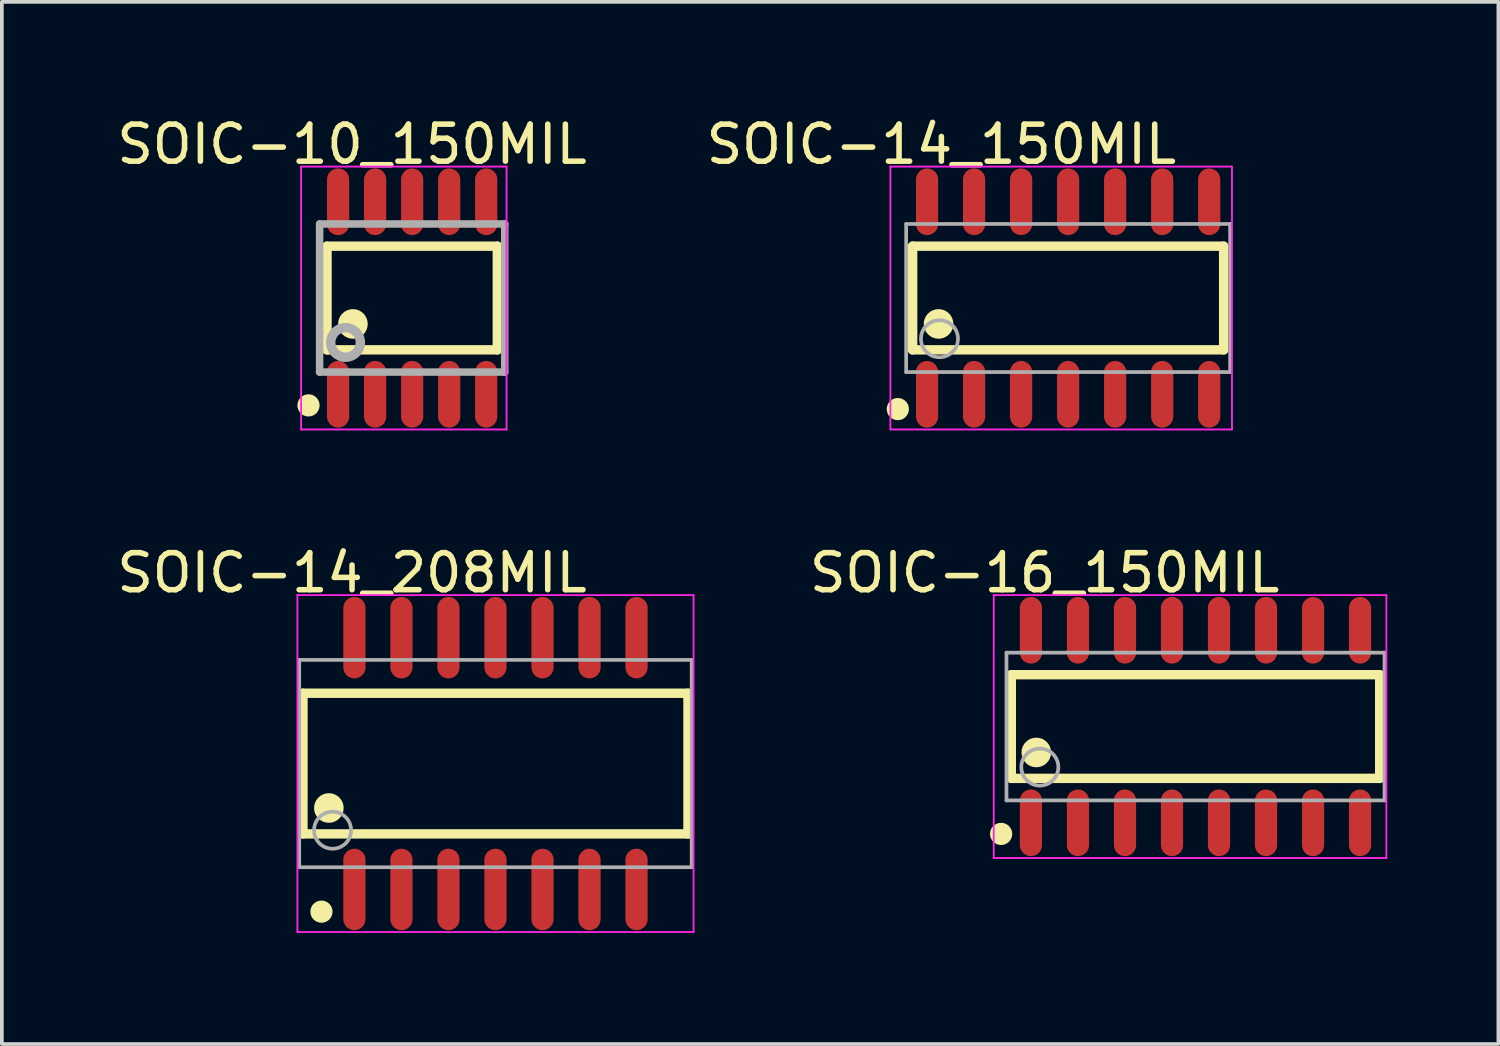
<source format=kicad_pcb>
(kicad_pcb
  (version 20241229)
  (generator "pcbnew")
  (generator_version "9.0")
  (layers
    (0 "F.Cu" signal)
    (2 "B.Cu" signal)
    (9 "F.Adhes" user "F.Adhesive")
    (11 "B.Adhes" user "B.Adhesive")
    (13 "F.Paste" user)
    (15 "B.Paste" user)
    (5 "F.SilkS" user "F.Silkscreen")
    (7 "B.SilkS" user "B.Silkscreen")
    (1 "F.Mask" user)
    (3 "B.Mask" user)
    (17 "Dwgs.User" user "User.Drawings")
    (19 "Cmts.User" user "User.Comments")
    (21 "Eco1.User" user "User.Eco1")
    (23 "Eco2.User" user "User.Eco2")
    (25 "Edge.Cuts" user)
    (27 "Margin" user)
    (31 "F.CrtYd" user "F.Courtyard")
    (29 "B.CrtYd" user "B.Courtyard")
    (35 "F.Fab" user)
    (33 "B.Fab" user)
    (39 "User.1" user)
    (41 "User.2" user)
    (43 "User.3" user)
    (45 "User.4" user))
  (footprint "SOIC-10_150MIL"
    (layer "F.Cu")
    (at 8.082 4.999)
    (property "Reference" "SOIC-10_150MIL" (at -1.624 -4.151 0) (layer "F.SilkS") (effects (font (size 1 1) (thickness 0.15))))
    (attr through_hole)
    (fp_line (start -2.3 -1.4) (end 2.3 -1.4) (stroke (width 0.254) (type solid)) (layer "F.SilkS"))
    (fp_line (start -2.3 1.4) (end -2.3 -1.4) (stroke (width 0.254) (type solid)) (layer "F.SilkS"))
    (fp_line (start -2.3 1.4) (end 2.3 1.4) (stroke (width 0.254) (type solid)) (layer "F.SilkS"))
    (fp_line (start 2.3 1.4) (end 2.3 -1.4) (stroke (width 0.254) (type solid)) (layer "F.SilkS"))
    (fp_circle (center -2.8 2.9) (end -2.65 2.9) (stroke (width 0.3) (type solid)) (fill no) (layer "F.SilkS"))
    (fp_circle (center -1.6 0.7) (end -1.4 0.7) (stroke (width 0.4) (type solid)) (fill no) (layer "F.SilkS"))
    (fp_line (start -3 -3.55) (end 2.55 -3.55) (stroke (width 0.05) (type solid)) (layer "F.CrtYd"))
    (fp_line (start -3 3.55) (end -3 -3.55) (stroke (width 0.05) (type solid)) (layer "F.CrtYd"))
    (fp_line (start 2.55 -3.55) (end 2.55 3.55) (stroke (width 0.05) (type solid)) (layer "F.CrtYd"))
    (fp_line (start 2.55 3.55) (end -3 3.55) (stroke (width 0.05) (type solid)) (layer "F.CrtYd"))
    (fp_line (start -2.5 -2) (end 2.5 -2) (stroke (width 0.203) (type solid)) (layer "F.Fab"))
    (fp_line (start -2.5 2) (end -2.5 -2) (stroke (width 0.203) (type solid)) (layer "F.Fab"))
    (fp_line (start -2.5 2) (end 2.5 2) (stroke (width 0.203) (type solid)) (layer "F.Fab"))
    (fp_line (start 2.5 2) (end 2.5 -2) (stroke (width 0.203) (type solid)) (layer "F.Fab"))
    (fp_circle (center -1.8 1.2) (end -1.4 1.2) (stroke (width 0.254) (type solid)) (fill no) (layer "F.Fab"))
    (pad "1" smd oval (at -2 2.6) (size 0.6 1.8) (layers "F.Cu" "F.Mask" "F.Paste"))
    (pad "2" smd oval (at -1 2.6) (size 0.6 1.8) (layers "F.Cu" "F.Mask" "F.Paste"))
    (pad "3" smd oval (at 0 2.6) (size 0.6 1.8) (layers "F.Cu" "F.Mask" "F.Paste"))
    (pad "4" smd oval (at 1 2.6) (size 0.6 1.8) (layers "F.Cu" "F.Mask" "F.Paste"))
    (pad "5" smd oval (at 2 2.6) (size 0.6 1.8) (layers "F.Cu" "F.Mask" "F.Paste"))
    (pad "6" smd oval (at 2 -2.6 180) (size 0.6 1.8) (layers "F.Cu" "F.Mask" "F.Paste"))
    (pad "7" smd oval (at 1 -2.6 180) (size 0.6 1.8) (layers "F.Cu" "F.Mask" "F.Paste"))
    (pad "8" smd oval (at 0 -2.6 180) (size 0.6 1.8) (layers "F.Cu" "F.Mask" "F.Paste"))
    (pad "9" smd oval (at -1 -2.6 180) (size 0.6 1.8) (layers "F.Cu" "F.Mask" "F.Paste"))
    (pad "10" smd oval (at -2 -2.6 180) (size 0.6 1.8) (layers "F.Cu" "F.Mask" "F.Paste")))
  (footprint "SOIC-16_150MIL"
    (layer "F.Cu")
    (at 29.239 16.573)
    (property "Reference" "SOIC-16_150MIL" (at -4.074 -4.151 0) (layer "F.SilkS") (effects (font (size 1 1) (thickness 0.15))))
    (attr through_hole)
    (fp_line (start -4.975 -1.4) (end 4.975 -1.4) (stroke (width 0.254) (type solid)) (layer "F.SilkS"))
    (fp_line (start -4.975 1.4) (end -4.975 -1.4) (stroke (width 0.254) (type solid)) (layer "F.SilkS"))
    (fp_line (start -4.975 1.4) (end 4.975 1.4) (stroke (width 0.254) (type solid)) (layer "F.SilkS"))
    (fp_line (start 4.975 1.4) (end 4.975 -1.4) (stroke (width 0.254) (type solid)) (layer "F.SilkS"))
    (fp_circle (center -5.25 2.9) (end -5.1 2.9) (stroke (width 0.3) (type solid)) (fill no) (layer "F.SilkS"))
    (fp_circle (center -4.3 0.7) (end -4.1 0.7) (stroke (width 0.4) (type solid)) (fill no) (layer "F.SilkS"))
    (fp_line (start -5.45 -3.55) (end 5.155 -3.55) (stroke (width 0.05) (type solid)) (layer "F.CrtYd"))
    (fp_line (start -5.45 3.55) (end -5.45 -3.55) (stroke (width 0.05) (type solid)) (layer "F.CrtYd"))
    (fp_line (start 5.155 -3.55) (end 5.155 3.55) (stroke (width 0.05) (type solid)) (layer "F.CrtYd"))
    (fp_line (start 5.155 3.55) (end -5.45 3.55) (stroke (width 0.05) (type solid)) (layer "F.CrtYd"))
    (fp_line (start -5.105 -1.995) (end 5.105 -1.995) (stroke (width 0.1) (type solid)) (layer "F.Fab"))
    (fp_line (start -5.105 1.995) (end -5.105 -1.995) (stroke (width 0.1) (type solid)) (layer "F.Fab"))
    (fp_line (start -5.105 1.995) (end 5.105 1.995) (stroke (width 0.1) (type solid)) (layer "F.Fab"))
    (fp_line (start 5.105 1.995) (end 5.105 -1.995) (stroke (width 0.1) (type solid)) (layer "F.Fab"))
    (fp_circle (center -4.205 1.095) (end -3.705 1.095) (stroke (width 0.1) (type solid)) (fill no) (layer "F.Fab"))
    (pad "1" smd oval (at -4.445 2.6 180) (size 0.6 1.8) (layers "F.Cu" "F.Mask" "F.Paste"))
    (pad "2" smd oval (at -3.175 2.6 180) (size 0.6 1.8) (layers "F.Cu" "F.Mask" "F.Paste"))
    (pad "3" smd oval (at -1.905 2.6 180) (size 0.6 1.8) (layers "F.Cu" "F.Mask" "F.Paste"))
    (pad "4" smd oval (at -0.635 2.6 180) (size 0.6 1.8) (layers "F.Cu" "F.Mask" "F.Paste"))
    (pad "5" smd oval (at 0.635 2.6 180) (size 0.6 1.8) (layers "F.Cu" "F.Mask" "F.Paste"))
    (pad "6" smd oval (at 1.905 2.6 180) (size 0.6 1.8) (layers "F.Cu" "F.Mask" "F.Paste"))
    (pad "7" smd oval (at 3.175 2.6 180) (size 0.6 1.8) (layers "F.Cu" "F.Mask" "F.Paste"))
    (pad "8" smd oval (at 4.445 2.6 180) (size 0.6 1.8) (layers "F.Cu" "F.Mask" "F.Paste"))
    (pad "9" smd oval (at 4.445 -2.6 180) (size 0.6 1.8) (layers "F.Cu" "F.Mask" "F.Paste"))
    (pad "10" smd oval (at 3.175 -2.6 180) (size 0.6 1.8) (layers "F.Cu" "F.Mask" "F.Paste"))
    (pad "11" smd oval (at 1.905 -2.6 180) (size 0.6 1.8) (layers "F.Cu" "F.Mask" "F.Paste"))
    (pad "12" smd oval (at 0.635 -2.6 180) (size 0.6 1.8) (layers "F.Cu" "F.Mask" "F.Paste"))
    (pad "13" smd oval (at -0.635 -2.6 180) (size 0.6 1.8) (layers "F.Cu" "F.Mask" "F.Paste"))
    (pad "14" smd oval (at -1.905 -2.6 180) (size 0.6 1.8) (layers "F.Cu" "F.Mask" "F.Paste"))
    (pad "15" smd oval (at -3.175 -2.6 180) (size 0.6 1.8) (layers "F.Cu" "F.Mask" "F.Paste"))
    (pad "16" smd oval (at -4.445 -2.6 180) (size 0.6 1.8) (layers "F.Cu" "F.Mask" "F.Paste")))
  (footprint "SOIC-14_150MIL"
    (layer "F.Cu")
    (at 25.799 4.999)
    (property "Reference" "SOIC-14_150MIL" (at -3.424 -4.151 0) (layer "F.SilkS") (effects (font (size 1 1) (thickness 0.15))))
    (attr through_hole)
    (fp_line (start -4.2 -1.4) (end 4.2 -1.4) (stroke (width 0.254) (type solid)) (layer "F.SilkS"))
    (fp_line (start -4.2 1.4) (end -4.2 -1.4) (stroke (width 0.254) (type solid)) (layer "F.SilkS"))
    (fp_line (start -4.2 1.4) (end 4.2 1.4) (stroke (width 0.254) (type solid)) (layer "F.SilkS"))
    (fp_line (start 4.2 1.4) (end 4.2 -1.4) (stroke (width 0.254) (type solid)) (layer "F.SilkS"))
    (fp_circle (center -4.6 3) (end -4.45 3) (stroke (width 0.3) (type solid)) (fill no) (layer "F.SilkS"))
    (fp_circle (center -3.5 0.7) (end -3.3 0.7) (stroke (width 0.4) (type solid)) (fill no) (layer "F.SilkS"))
    (fp_line (start -4.8 -3.55) (end 4.425 -3.55) (stroke (width 0.05) (type solid)) (layer "F.CrtYd"))
    (fp_line (start -4.8 3.55) (end -4.8 -3.55) (stroke (width 0.05) (type solid)) (layer "F.CrtYd"))
    (fp_line (start 4.425 -3.55) (end 4.425 3.55) (stroke (width 0.05) (type solid)) (layer "F.CrtYd"))
    (fp_line (start 4.425 3.55) (end -4.8 3.55) (stroke (width 0.05) (type solid)) (layer "F.CrtYd"))
    (fp_line (start -4.375 -2) (end 4.375 -2) (stroke (width 0.1) (type solid)) (layer "F.Fab"))
    (fp_line (start -4.375 2) (end -4.375 -2) (stroke (width 0.1) (type solid)) (layer "F.Fab"))
    (fp_line (start -4.375 2) (end 4.375 2) (stroke (width 0.1) (type solid)) (layer "F.Fab"))
    (fp_line (start 4.375 2) (end 4.375 -2) (stroke (width 0.1) (type solid)) (layer "F.Fab"))
    (fp_circle (center -3.475 1.1) (end -2.975 1.1) (stroke (width 0.1) (type solid)) (fill no) (layer "F.Fab"))
    (pad "1" smd oval (at -3.81 2.6 180) (size 0.6 1.8) (layers "F.Cu" "F.Mask" "F.Paste"))
    (pad "2" smd oval (at -2.54 2.6 180) (size 0.6 1.8) (layers "F.Cu" "F.Mask" "F.Paste"))
    (pad "3" smd oval (at -1.27 2.6 180) (size 0.6 1.8) (layers "F.Cu" "F.Mask" "F.Paste"))
    (pad "4" smd oval (at 0 2.6 180) (size 0.6 1.8) (layers "F.Cu" "F.Mask" "F.Paste"))
    (pad "5" smd oval (at 1.27 2.6 180) (size 0.6 1.8) (layers "F.Cu" "F.Mask" "F.Paste"))
    (pad "6" smd oval (at 2.54 2.6 180) (size 0.6 1.8) (layers "F.Cu" "F.Mask" "F.Paste"))
    (pad "7" smd oval (at 3.81 2.6 180) (size 0.6 1.8) (layers "F.Cu" "F.Mask" "F.Paste"))
    (pad "8" smd oval (at 3.81 -2.6 180) (size 0.6 1.8) (layers "F.Cu" "F.Mask" "F.Paste"))
    (pad "9" smd oval (at 2.54 -2.6 180) (size 0.6 1.8) (layers "F.Cu" "F.Mask" "F.Paste"))
    (pad "10" smd oval (at 1.27 -2.6 180) (size 0.6 1.8) (layers "F.Cu" "F.Mask" "F.Paste"))
    (pad "11" smd oval (at 0 -2.6 180) (size 0.6 1.8) (layers "F.Cu" "F.Mask" "F.Paste"))
    (pad "12" smd oval (at -1.27 -2.6 180) (size 0.6 1.8) (layers "F.Cu" "F.Mask" "F.Paste"))
    (pad "13" smd oval (at -2.54 -2.6 180) (size 0.6 1.8) (layers "F.Cu" "F.Mask" "F.Paste"))
    (pad "14" smd oval (at -3.81 -2.6 180) (size 0.6 1.8) (layers "F.Cu" "F.Mask" "F.Paste")))
  (footprint "SOIC-14_208MIL"
    (layer "F.Cu")
    (at 10.332 17.573)
    (property "Reference" "SOIC-14_208MIL" (at -3.874 -5.151 0) (layer "F.SilkS") (effects (font (size 1 1) (thickness 0.15))))
    (attr through_hole)
    (fp_line (start -5.2 -1.9) (end 5.2 -1.9) (stroke (width 0.254) (type solid)) (layer "F.SilkS"))
    (fp_line (start -5.2 1.9) (end -5.2 -1.9) (stroke (width 0.254) (type solid)) (layer "F.SilkS"))
    (fp_line (start -5.2 1.9) (end 5.2 1.9) (stroke (width 0.254) (type solid)) (layer "F.SilkS"))
    (fp_line (start 5.2 1.9) (end 5.2 -1.9) (stroke (width 0.254) (type solid)) (layer "F.SilkS"))
    (fp_circle (center -4.7 4) (end -4.55 4) (stroke (width 0.3) (type solid)) (fill no) (layer "F.SilkS"))
    (fp_circle (center -4.5 1.2) (end -4.3 1.2) (stroke (width 0.4) (type solid)) (fill no) (layer "F.SilkS"))
    (fp_line (start -5.35 -4.55) (end 5.35 -4.55) (stroke (width 0.05) (type solid)) (layer "F.CrtYd"))
    (fp_line (start -5.35 4.55) (end -5.35 -4.55) (stroke (width 0.05) (type solid)) (layer "F.CrtYd"))
    (fp_line (start 5.35 -4.55) (end 5.35 4.55) (stroke (width 0.05) (type solid)) (layer "F.CrtYd"))
    (fp_line (start 5.35 4.55) (end -5.35 4.55) (stroke (width 0.05) (type solid)) (layer "F.CrtYd"))
    (fp_line (start -5.3 -2.8) (end 5.3 -2.8) (stroke (width 0.1) (type solid)) (layer "F.Fab"))
    (fp_line (start -5.3 2.8) (end -5.3 -2.8) (stroke (width 0.1) (type solid)) (layer "F.Fab"))
    (fp_line (start -5.3 2.8) (end 5.3 2.8) (stroke (width 0.1) (type solid)) (layer "F.Fab"))
    (fp_line (start 5.3 2.8) (end 5.3 -2.8) (stroke (width 0.1) (type solid)) (layer "F.Fab"))
    (fp_circle (center -4.4 1.8) (end -3.9 1.8) (stroke (width 0.1) (type solid)) (fill no) (layer "F.Fab"))
    (pad "1" smd oval (at -3.81 3.4) (size 0.6 2.2) (layers "F.Cu" "F.Mask" "F.Paste"))
    (pad "2" smd oval (at -2.54 3.4) (size 0.6 2.2) (layers "F.Cu" "F.Mask" "F.Paste"))
    (pad "3" smd oval (at -1.27 3.4) (size 0.6 2.2) (layers "F.Cu" "F.Mask" "F.Paste"))
    (pad "4" smd oval (at 0 3.4) (size 0.6 2.2) (layers "F.Cu" "F.Mask" "F.Paste"))
    (pad "5" smd oval (at 1.27 3.4) (size 0.6 2.2) (layers "F.Cu" "F.Mask" "F.Paste"))
    (pad "6" smd oval (at 2.54 3.4) (size 0.6 2.2) (layers "F.Cu" "F.Mask" "F.Paste"))
    (pad "7" smd oval (at 3.81 3.4) (size 0.6 2.2) (layers "F.Cu" "F.Mask" "F.Paste"))
    (pad "8" smd oval (at 3.81 -3.4 180) (size 0.6 2.2) (layers "F.Cu" "F.Mask" "F.Paste"))
    (pad "9" smd oval (at 2.54 -3.4 180) (size 0.6 2.2) (layers "F.Cu" "F.Mask" "F.Paste"))
    (pad "10" smd oval (at 1.27 -3.4 180) (size 0.6 2.2) (layers "F.Cu" "F.Mask" "F.Paste"))
    (pad "11" smd oval (at 0 -3.4 180) (size 0.6 2.2) (layers "F.Cu" "F.Mask" "F.Paste"))
    (pad "12" smd oval (at -1.27 -3.4 180) (size 0.6 2.2) (layers "F.Cu" "F.Mask" "F.Paste"))
    (pad "13" smd oval (at -2.54 -3.4 180) (size 0.6 2.2) (layers "F.Cu" "F.Mask" "F.Paste"))
    (pad "14" smd oval (at -3.81 -3.4 180) (size 0.6 2.2) (layers "F.Cu" "F.Mask" "F.Paste")))
  (gr_rect
    (start -3 -3)
    (end 37.419 25.148)
    (stroke (width 0.1) (type default))
    (fill no)
    (layer "Edge.Cuts")))
</source>
